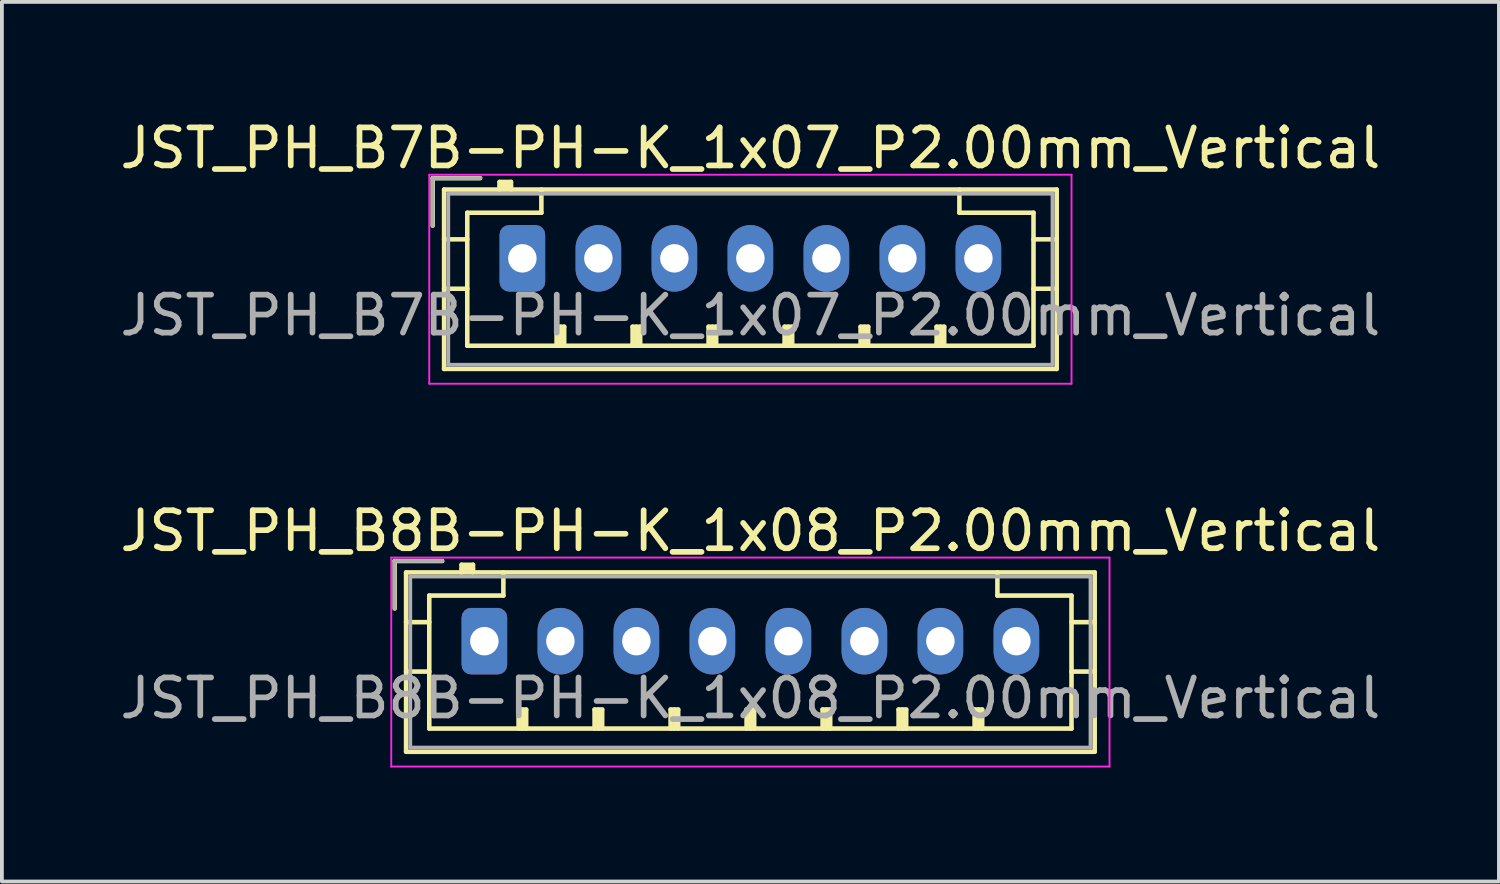
<source format=kicad_pcb>
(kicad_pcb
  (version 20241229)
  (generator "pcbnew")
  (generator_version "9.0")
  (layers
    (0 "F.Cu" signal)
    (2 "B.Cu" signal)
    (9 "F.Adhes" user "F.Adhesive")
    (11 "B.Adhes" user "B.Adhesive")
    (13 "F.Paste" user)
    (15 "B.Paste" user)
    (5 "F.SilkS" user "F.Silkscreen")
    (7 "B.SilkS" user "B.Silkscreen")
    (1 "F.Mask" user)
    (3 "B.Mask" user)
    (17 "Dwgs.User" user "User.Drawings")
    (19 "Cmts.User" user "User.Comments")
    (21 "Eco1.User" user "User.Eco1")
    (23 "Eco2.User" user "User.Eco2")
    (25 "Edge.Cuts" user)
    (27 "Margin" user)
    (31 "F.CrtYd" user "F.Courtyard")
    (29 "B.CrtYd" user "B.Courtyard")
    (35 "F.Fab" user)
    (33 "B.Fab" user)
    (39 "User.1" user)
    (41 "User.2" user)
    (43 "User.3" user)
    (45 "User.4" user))
  (footprint "JST_PH_B7B-PH-K_1x07_P2.00mm_Vertical"
    (layer "F.Cu")
    (at 10.696 3.748)
    (property "Reference" "JST_PH_B7B-PH-K_1x07_P2.00mm_Vertical" (at 6 -2.9 0) (layer "F.SilkS") (effects (font (size 1 1) (thickness 0.15))))
    (attr through_hole)
    (fp_line (start -2.36 -2.11) (end -2.36 -0.86) (stroke (width 0.12) (type solid)) (layer "F.SilkS"))
    (fp_line (start -2.06 -1.81) (end -2.06 2.91) (stroke (width 0.12) (type solid)) (layer "F.SilkS"))
    (fp_line (start -2.06 -0.5) (end -1.45 -0.5) (stroke (width 0.12) (type solid)) (layer "F.SilkS"))
    (fp_line (start -2.06 0.8) (end -1.45 0.8) (stroke (width 0.12) (type solid)) (layer "F.SilkS"))
    (fp_line (start -2.06 2.91) (end 14.06 2.91) (stroke (width 0.12) (type solid)) (layer "F.SilkS"))
    (fp_line (start -1.45 -1.2) (end -1.45 2.3) (stroke (width 0.12) (type solid)) (layer "F.SilkS"))
    (fp_line (start -1.45 2.3) (end 13.45 2.3) (stroke (width 0.12) (type solid)) (layer "F.SilkS"))
    (fp_line (start -1.11 -2.11) (end -2.36 -2.11) (stroke (width 0.12) (type solid)) (layer "F.SilkS"))
    (fp_line (start -0.6 -2.01) (end -0.6 -1.81) (stroke (width 0.12) (type solid)) (layer "F.SilkS"))
    (fp_line (start -0.3 -2.01) (end -0.6 -2.01) (stroke (width 0.12) (type solid)) (layer "F.SilkS"))
    (fp_line (start -0.3 -1.91) (end -0.6 -1.91) (stroke (width 0.12) (type solid)) (layer "F.SilkS"))
    (fp_line (start -0.3 -1.81) (end -0.3 -2.01) (stroke (width 0.12) (type solid)) (layer "F.SilkS"))
    (fp_line (start 0.5 -1.81) (end 0.5 -1.2) (stroke (width 0.12) (type solid)) (layer "F.SilkS"))
    (fp_line (start 0.5 -1.2) (end -1.45 -1.2) (stroke (width 0.12) (type solid)) (layer "F.SilkS"))
    (fp_line (start 0.9 1.8) (end 1.1 1.8) (stroke (width 0.12) (type solid)) (layer "F.SilkS"))
    (fp_line (start 0.9 2.3) (end 0.9 1.8) (stroke (width 0.12) (type solid)) (layer "F.SilkS"))
    (fp_line (start 1 2.3) (end 1 1.8) (stroke (width 0.12) (type solid)) (layer "F.SilkS"))
    (fp_line (start 1.1 1.8) (end 1.1 2.3) (stroke (width 0.12) (type solid)) (layer "F.SilkS"))
    (fp_line (start 2.9 1.8) (end 3.1 1.8) (stroke (width 0.12) (type solid)) (layer "F.SilkS"))
    (fp_line (start 2.9 2.3) (end 2.9 1.8) (stroke (width 0.12) (type solid)) (layer "F.SilkS"))
    (fp_line (start 3 2.3) (end 3 1.8) (stroke (width 0.12) (type solid)) (layer "F.SilkS"))
    (fp_line (start 3.1 1.8) (end 3.1 2.3) (stroke (width 0.12) (type solid)) (layer "F.SilkS"))
    (fp_line (start 4.9 1.8) (end 5.1 1.8) (stroke (width 0.12) (type solid)) (layer "F.SilkS"))
    (fp_line (start 4.9 2.3) (end 4.9 1.8) (stroke (width 0.12) (type solid)) (layer "F.SilkS"))
    (fp_line (start 5 2.3) (end 5 1.8) (stroke (width 0.12) (type solid)) (layer "F.SilkS"))
    (fp_line (start 5.1 1.8) (end 5.1 2.3) (stroke (width 0.12) (type solid)) (layer "F.SilkS"))
    (fp_line (start 6.9 1.8) (end 7.1 1.8) (stroke (width 0.12) (type solid)) (layer "F.SilkS"))
    (fp_line (start 6.9 2.3) (end 6.9 1.8) (stroke (width 0.12) (type solid)) (layer "F.SilkS"))
    (fp_line (start 7 2.3) (end 7 1.8) (stroke (width 0.12) (type solid)) (layer "F.SilkS"))
    (fp_line (start 7.1 1.8) (end 7.1 2.3) (stroke (width 0.12) (type solid)) (layer "F.SilkS"))
    (fp_line (start 8.9 1.8) (end 9.1 1.8) (stroke (width 0.12) (type solid)) (layer "F.SilkS"))
    (fp_line (start 8.9 2.3) (end 8.9 1.8) (stroke (width 0.12) (type solid)) (layer "F.SilkS"))
    (fp_line (start 9 2.3) (end 9 1.8) (stroke (width 0.12) (type solid)) (layer "F.SilkS"))
    (fp_line (start 9.1 1.8) (end 9.1 2.3) (stroke (width 0.12) (type solid)) (layer "F.SilkS"))
    (fp_line (start 10.9 1.8) (end 11.1 1.8) (stroke (width 0.12) (type solid)) (layer "F.SilkS"))
    (fp_line (start 10.9 2.3) (end 10.9 1.8) (stroke (width 0.12) (type solid)) (layer "F.SilkS"))
    (fp_line (start 11 2.3) (end 11 1.8) (stroke (width 0.12) (type solid)) (layer "F.SilkS"))
    (fp_line (start 11.1 1.8) (end 11.1 2.3) (stroke (width 0.12) (type solid)) (layer "F.SilkS"))
    (fp_line (start 11.5 -1.2) (end 11.5 -1.81) (stroke (width 0.12) (type solid)) (layer "F.SilkS"))
    (fp_line (start 13.45 -1.2) (end 11.5 -1.2) (stroke (width 0.12) (type solid)) (layer "F.SilkS"))
    (fp_line (start 13.45 2.3) (end 13.45 -1.2) (stroke (width 0.12) (type solid)) (layer "F.SilkS"))
    (fp_line (start 14.06 -1.81) (end -2.06 -1.81) (stroke (width 0.12) (type solid)) (layer "F.SilkS"))
    (fp_line (start 14.06 -0.5) (end 13.45 -0.5) (stroke (width 0.12) (type solid)) (layer "F.SilkS"))
    (fp_line (start 14.06 0.8) (end 13.45 0.8) (stroke (width 0.12) (type solid)) (layer "F.SilkS"))
    (fp_line (start 14.06 2.91) (end 14.06 -1.81) (stroke (width 0.12) (type solid)) (layer "F.SilkS"))
    (fp_line (start -2.45 -2.2) (end -2.45 3.3) (stroke (width 0.05) (type solid)) (layer "F.CrtYd"))
    (fp_line (start -2.45 3.3) (end 14.45 3.3) (stroke (width 0.05) (type solid)) (layer "F.CrtYd"))
    (fp_line (start 14.45 -2.2) (end -2.45 -2.2) (stroke (width 0.05) (type solid)) (layer "F.CrtYd"))
    (fp_line (start 14.45 3.3) (end 14.45 -2.2) (stroke (width 0.05) (type solid)) (layer "F.CrtYd"))
    (fp_line (start -2.36 -2.11) (end -2.36 -0.86) (stroke (width 0.1) (type solid)) (layer "F.Fab"))
    (fp_line (start -1.95 -1.7) (end -1.95 2.8) (stroke (width 0.1) (type solid)) (layer "F.Fab"))
    (fp_line (start -1.95 2.8) (end 13.95 2.8) (stroke (width 0.1) (type solid)) (layer "F.Fab"))
    (fp_line (start -1.11 -2.11) (end -2.36 -2.11) (stroke (width 0.1) (type solid)) (layer "F.Fab"))
    (fp_line (start 13.95 -1.7) (end -1.95 -1.7) (stroke (width 0.1) (type solid)) (layer "F.Fab"))
    (fp_line (start 13.95 2.8) (end 13.95 -1.7) (stroke (width 0.1) (type solid)) (layer "F.Fab"))
    (fp_text user "${REFERENCE}" (at 6 1.5 0) (layer "F.Fab") (effects (font (size 1 1) (thickness 0.15))))
    (pad "1" thru_hole roundrect (at 0 0) (size 1.2 1.75) (drill 0.75) (layers "*.Cu" "*.Mask") (roundrect_rratio 0.208))
    (pad "2" thru_hole oval (at 2 0) (size 1.2 1.75) (drill 0.75) (layers "*.Cu" "*.Mask"))
    (pad "3" thru_hole oval (at 4 0) (size 1.2 1.75) (drill 0.75) (layers "*.Cu" "*.Mask"))
    (pad "4" thru_hole oval (at 6 0) (size 1.2 1.75) (drill 0.75) (layers "*.Cu" "*.Mask"))
    (pad "5" thru_hole oval (at 8 0) (size 1.2 1.75) (drill 0.75) (layers "*.Cu" "*.Mask"))
    (pad "6" thru_hole oval (at 10 0) (size 1.2 1.75) (drill 0.75) (layers "*.Cu" "*.Mask"))
    (pad "7" thru_hole oval (at 12 0) (size 1.2 1.75) (drill 0.75) (layers "*.Cu" "*.Mask")))
  (footprint "JST_PH_B8B-PH-K_1x08_P2.00mm_Vertical"
    (layer "F.Cu")
    (at 9.696 13.822)
    (property "Reference" "JST_PH_B8B-PH-K_1x08_P2.00mm_Vertical" (at 7 -2.9 0) (layer "F.SilkS") (effects (font (size 1 1) (thickness 0.15))))
    (attr through_hole)
    (fp_line (start -2.36 -2.11) (end -2.36 -0.86) (stroke (width 0.12) (type solid)) (layer "F.SilkS"))
    (fp_line (start -2.06 -1.81) (end -2.06 2.91) (stroke (width 0.12) (type solid)) (layer "F.SilkS"))
    (fp_line (start -2.06 -0.5) (end -1.45 -0.5) (stroke (width 0.12) (type solid)) (layer "F.SilkS"))
    (fp_line (start -2.06 0.8) (end -1.45 0.8) (stroke (width 0.12) (type solid)) (layer "F.SilkS"))
    (fp_line (start -2.06 2.91) (end 16.06 2.91) (stroke (width 0.12) (type solid)) (layer "F.SilkS"))
    (fp_line (start -1.45 -1.2) (end -1.45 2.3) (stroke (width 0.12) (type solid)) (layer "F.SilkS"))
    (fp_line (start -1.45 2.3) (end 15.45 2.3) (stroke (width 0.12) (type solid)) (layer "F.SilkS"))
    (fp_line (start -1.11 -2.11) (end -2.36 -2.11) (stroke (width 0.12) (type solid)) (layer "F.SilkS"))
    (fp_line (start -0.6 -2.01) (end -0.6 -1.81) (stroke (width 0.12) (type solid)) (layer "F.SilkS"))
    (fp_line (start -0.3 -2.01) (end -0.6 -2.01) (stroke (width 0.12) (type solid)) (layer "F.SilkS"))
    (fp_line (start -0.3 -1.91) (end -0.6 -1.91) (stroke (width 0.12) (type solid)) (layer "F.SilkS"))
    (fp_line (start -0.3 -1.81) (end -0.3 -2.01) (stroke (width 0.12) (type solid)) (layer "F.SilkS"))
    (fp_line (start 0.5 -1.81) (end 0.5 -1.2) (stroke (width 0.12) (type solid)) (layer "F.SilkS"))
    (fp_line (start 0.5 -1.2) (end -1.45 -1.2) (stroke (width 0.12) (type solid)) (layer "F.SilkS"))
    (fp_line (start 0.9 1.8) (end 1.1 1.8) (stroke (width 0.12) (type solid)) (layer "F.SilkS"))
    (fp_line (start 0.9 2.3) (end 0.9 1.8) (stroke (width 0.12) (type solid)) (layer "F.SilkS"))
    (fp_line (start 1 2.3) (end 1 1.8) (stroke (width 0.12) (type solid)) (layer "F.SilkS"))
    (fp_line (start 1.1 1.8) (end 1.1 2.3) (stroke (width 0.12) (type solid)) (layer "F.SilkS"))
    (fp_line (start 2.9 1.8) (end 3.1 1.8) (stroke (width 0.12) (type solid)) (layer "F.SilkS"))
    (fp_line (start 2.9 2.3) (end 2.9 1.8) (stroke (width 0.12) (type solid)) (layer "F.SilkS"))
    (fp_line (start 3 2.3) (end 3 1.8) (stroke (width 0.12) (type solid)) (layer "F.SilkS"))
    (fp_line (start 3.1 1.8) (end 3.1 2.3) (stroke (width 0.12) (type solid)) (layer "F.SilkS"))
    (fp_line (start 4.9 1.8) (end 5.1 1.8) (stroke (width 0.12) (type solid)) (layer "F.SilkS"))
    (fp_line (start 4.9 2.3) (end 4.9 1.8) (stroke (width 0.12) (type solid)) (layer "F.SilkS"))
    (fp_line (start 5 2.3) (end 5 1.8) (stroke (width 0.12) (type solid)) (layer "F.SilkS"))
    (fp_line (start 5.1 1.8) (end 5.1 2.3) (stroke (width 0.12) (type solid)) (layer "F.SilkS"))
    (fp_line (start 6.9 1.8) (end 7.1 1.8) (stroke (width 0.12) (type solid)) (layer "F.SilkS"))
    (fp_line (start 6.9 2.3) (end 6.9 1.8) (stroke (width 0.12) (type solid)) (layer "F.SilkS"))
    (fp_line (start 7 2.3) (end 7 1.8) (stroke (width 0.12) (type solid)) (layer "F.SilkS"))
    (fp_line (start 7.1 1.8) (end 7.1 2.3) (stroke (width 0.12) (type solid)) (layer "F.SilkS"))
    (fp_line (start 8.9 1.8) (end 9.1 1.8) (stroke (width 0.12) (type solid)) (layer "F.SilkS"))
    (fp_line (start 8.9 2.3) (end 8.9 1.8) (stroke (width 0.12) (type solid)) (layer "F.SilkS"))
    (fp_line (start 9 2.3) (end 9 1.8) (stroke (width 0.12) (type solid)) (layer "F.SilkS"))
    (fp_line (start 9.1 1.8) (end 9.1 2.3) (stroke (width 0.12) (type solid)) (layer "F.SilkS"))
    (fp_line (start 10.9 1.8) (end 11.1 1.8) (stroke (width 0.12) (type solid)) (layer "F.SilkS"))
    (fp_line (start 10.9 2.3) (end 10.9 1.8) (stroke (width 0.12) (type solid)) (layer "F.SilkS"))
    (fp_line (start 11 2.3) (end 11 1.8) (stroke (width 0.12) (type solid)) (layer "F.SilkS"))
    (fp_line (start 11.1 1.8) (end 11.1 2.3) (stroke (width 0.12) (type solid)) (layer "F.SilkS"))
    (fp_line (start 12.9 1.8) (end 13.1 1.8) (stroke (width 0.12) (type solid)) (layer "F.SilkS"))
    (fp_line (start 12.9 2.3) (end 12.9 1.8) (stroke (width 0.12) (type solid)) (layer "F.SilkS"))
    (fp_line (start 13 2.3) (end 13 1.8) (stroke (width 0.12) (type solid)) (layer "F.SilkS"))
    (fp_line (start 13.1 1.8) (end 13.1 2.3) (stroke (width 0.12) (type solid)) (layer "F.SilkS"))
    (fp_line (start 13.5 -1.2) (end 13.5 -1.81) (stroke (width 0.12) (type solid)) (layer "F.SilkS"))
    (fp_line (start 15.45 -1.2) (end 13.5 -1.2) (stroke (width 0.12) (type solid)) (layer "F.SilkS"))
    (fp_line (start 15.45 2.3) (end 15.45 -1.2) (stroke (width 0.12) (type solid)) (layer "F.SilkS"))
    (fp_line (start 16.06 -1.81) (end -2.06 -1.81) (stroke (width 0.12) (type solid)) (layer "F.SilkS"))
    (fp_line (start 16.06 -0.5) (end 15.45 -0.5) (stroke (width 0.12) (type solid)) (layer "F.SilkS"))
    (fp_line (start 16.06 0.8) (end 15.45 0.8) (stroke (width 0.12) (type solid)) (layer "F.SilkS"))
    (fp_line (start 16.06 2.91) (end 16.06 -1.81) (stroke (width 0.12) (type solid)) (layer "F.SilkS"))
    (fp_line (start -2.45 -2.2) (end -2.45 3.3) (stroke (width 0.05) (type solid)) (layer "F.CrtYd"))
    (fp_line (start -2.45 3.3) (end 16.45 3.3) (stroke (width 0.05) (type solid)) (layer "F.CrtYd"))
    (fp_line (start 16.45 -2.2) (end -2.45 -2.2) (stroke (width 0.05) (type solid)) (layer "F.CrtYd"))
    (fp_line (start 16.45 3.3) (end 16.45 -2.2) (stroke (width 0.05) (type solid)) (layer "F.CrtYd"))
    (fp_line (start -2.36 -2.11) (end -2.36 -0.86) (stroke (width 0.1) (type solid)) (layer "F.Fab"))
    (fp_line (start -1.95 -1.7) (end -1.95 2.8) (stroke (width 0.1) (type solid)) (layer "F.Fab"))
    (fp_line (start -1.95 2.8) (end 15.95 2.8) (stroke (width 0.1) (type solid)) (layer "F.Fab"))
    (fp_line (start -1.11 -2.11) (end -2.36 -2.11) (stroke (width 0.1) (type solid)) (layer "F.Fab"))
    (fp_line (start 15.95 -1.7) (end -1.95 -1.7) (stroke (width 0.1) (type solid)) (layer "F.Fab"))
    (fp_line (start 15.95 2.8) (end 15.95 -1.7) (stroke (width 0.1) (type solid)) (layer "F.Fab"))
    (fp_text user "${REFERENCE}" (at 7 1.5 0) (layer "F.Fab") (effects (font (size 1 1) (thickness 0.15))))
    (pad "1" thru_hole roundrect (at 0 0) (size 1.2 1.75) (drill 0.75) (layers "*.Cu" "*.Mask") (roundrect_rratio 0.208))
    (pad "2" thru_hole oval (at 2 0) (size 1.2 1.75) (drill 0.75) (layers "*.Cu" "*.Mask"))
    (pad "3" thru_hole oval (at 4 0) (size 1.2 1.75) (drill 0.75) (layers "*.Cu" "*.Mask"))
    (pad "4" thru_hole oval (at 6 0) (size 1.2 1.75) (drill 0.75) (layers "*.Cu" "*.Mask"))
    (pad "5" thru_hole oval (at 8 0) (size 1.2 1.75) (drill 0.75) (layers "*.Cu" "*.Mask"))
    (pad "6" thru_hole oval (at 10 0) (size 1.2 1.75) (drill 0.75) (layers "*.Cu" "*.Mask"))
    (pad "7" thru_hole oval (at 12 0) (size 1.2 1.75) (drill 0.75) (layers "*.Cu" "*.Mask"))
    (pad "8" thru_hole oval (at 14 0) (size 1.2 1.75) (drill 0.75) (layers "*.Cu" "*.Mask")))
  (gr_rect
    (start -3 -3)
    (end 36.393 20.146)
    (stroke (width 0.1) (type default))
    (fill no)
    (layer "Edge.Cuts")))
</source>
